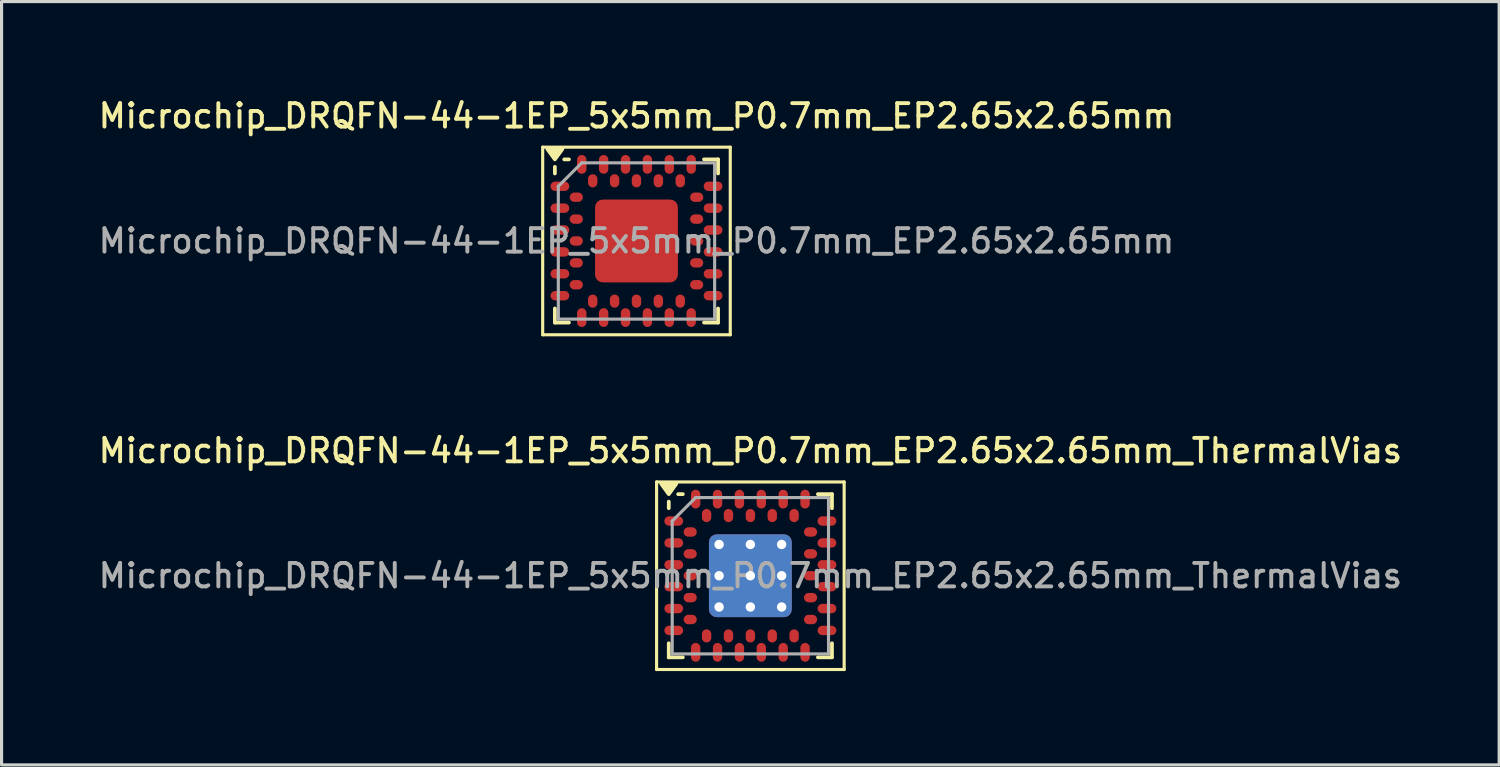
<source format=kicad_pcb>
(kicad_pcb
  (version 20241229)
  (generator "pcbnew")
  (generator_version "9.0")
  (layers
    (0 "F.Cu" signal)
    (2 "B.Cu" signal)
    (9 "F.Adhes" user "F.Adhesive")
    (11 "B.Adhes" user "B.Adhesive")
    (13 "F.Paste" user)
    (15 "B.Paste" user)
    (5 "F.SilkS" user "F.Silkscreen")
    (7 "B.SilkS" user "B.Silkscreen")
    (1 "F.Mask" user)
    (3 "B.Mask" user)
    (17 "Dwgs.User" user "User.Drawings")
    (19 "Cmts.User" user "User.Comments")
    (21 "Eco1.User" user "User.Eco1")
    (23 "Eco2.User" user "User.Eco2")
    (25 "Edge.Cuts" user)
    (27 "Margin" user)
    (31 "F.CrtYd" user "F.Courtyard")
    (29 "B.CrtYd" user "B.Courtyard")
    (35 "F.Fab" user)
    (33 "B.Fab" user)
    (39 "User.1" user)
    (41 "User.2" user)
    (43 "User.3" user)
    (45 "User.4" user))
  (footprint "Microchip_DRQFN-44-1EP_5x5mm_P0.7mm_EP2.65x2.65mm"
    (layer "F.Cu")
    (at 17.309 4.658)
    (property "Reference" "Microchip_DRQFN-44-1EP_5x5mm_P0.7mm_EP2.65x2.65mm" (at 0 -4 0) (layer "F.SilkS") (effects (font (size 0.75 0.75) (thickness 0.125))))
    (attr smd)
    (fp_line (start -3 -3) (end 3 -3) (stroke (width 0.1) (type solid)) (layer "F.SilkS"))
    (fp_line (start -3 3) (end -3 -3) (stroke (width 0.1) (type solid)) (layer "F.SilkS"))
    (fp_line (start -2.61 -2.37) (end -2.61 -2.16) (stroke (width 0.12) (type solid)) (layer "F.SilkS"))
    (fp_line (start -2.61 2.61) (end -2.61 2.16) (stroke (width 0.12) (type solid)) (layer "F.SilkS"))
    (fp_line (start -2.16 -2.61) (end -2.31 -2.61) (stroke (width 0.12) (type solid)) (layer "F.SilkS"))
    (fp_line (start -2.16 2.61) (end -2.61 2.61) (stroke (width 0.12) (type solid)) (layer "F.SilkS"))
    (fp_line (start 2.16 -2.61) (end 2.61 -2.61) (stroke (width 0.12) (type solid)) (layer "F.SilkS"))
    (fp_line (start 2.61 -2.61) (end 2.61 -2.16) (stroke (width 0.12) (type solid)) (layer "F.SilkS"))
    (fp_line (start 2.61 2.16) (end 2.61 2.61) (stroke (width 0.12) (type solid)) (layer "F.SilkS"))
    (fp_line (start 2.61 2.61) (end 2.16 2.61) (stroke (width 0.12) (type solid)) (layer "F.SilkS"))
    (fp_line (start 3 -3) (end 3 3) (stroke (width 0.1) (type solid)) (layer "F.SilkS"))
    (fp_line (start 3 3) (end -3 3) (stroke (width 0.1) (type solid)) (layer "F.SilkS"))
    (fp_poly (pts (xy -2.61 -2.61) (xy -2.85 -2.94) (xy -2.37 -2.94) (xy -2.61 -2.61)) (stroke (width 0.12) (type solid)) (fill yes) (layer "F.SilkS"))
    (fp_line (start -2.5 -1.75) (end -1.75 -2.5) (stroke (width 0.1) (type solid)) (layer "F.Fab"))
    (fp_line (start -2.5 2.5) (end -2.5 -1.75) (stroke (width 0.1) (type solid)) (layer "F.Fab"))
    (fp_line (start -1.75 -2.5) (end 2.5 -2.5) (stroke (width 0.1) (type solid)) (layer "F.Fab"))
    (fp_line (start 2.5 -2.5) (end 2.5 2.5) (stroke (width 0.1) (type solid)) (layer "F.Fab"))
    (fp_line (start 2.5 2.5) (end -2.5 2.5) (stroke (width 0.1) (type solid)) (layer "F.Fab"))
    (fp_text user "${REFERENCE}" (at 0 0 0) (layer "F.Fab") (effects (font (size 0.75 0.75) (thickness 0.125))))
    (pad "" smd roundrect (at -0.65 -0.65) (size 1.1 1.1) (layers "F.Paste") (roundrect_rratio 0.1))
    (pad "" smd roundrect (at -0.65 0.65) (size 1.1 1.1) (layers "F.Paste") (roundrect_rratio 0.1))
    (pad "" smd roundrect (at 0.65 -0.65) (size 1.1 1.1) (layers "F.Paste") (roundrect_rratio 0.1))
    (pad "" smd roundrect (at 0.65 0.65) (size 1.1 1.1) (layers "F.Paste") (roundrect_rratio 0.1))
    (pad "A1" smd oval (at -2.45 -1.75) (size 0.6 0.3) (layers "F.Cu" "F.Mask" "F.Paste"))
    (pad "A2" smd oval (at -2.45 -1.05) (size 0.6 0.3) (layers "F.Cu" "F.Mask" "F.Paste"))
    (pad "A3" smd oval (at -2.45 -0.35) (size 0.6 0.3) (layers "F.Cu" "F.Mask" "F.Paste"))
    (pad "A4" smd oval (at -2.45 0.35) (size 0.6 0.3) (layers "F.Cu" "F.Mask" "F.Paste"))
    (pad "A5" smd oval (at -2.45 1.05) (size 0.6 0.3) (layers "F.Cu" "F.Mask" "F.Paste"))
    (pad "A6" smd oval (at -2.45 1.75) (size 0.6 0.3) (layers "F.Cu" "F.Mask" "F.Paste"))
    (pad "A7" smd oval (at -1.75 2.45) (size 0.3 0.6) (layers "F.Cu" "F.Mask" "F.Paste"))
    (pad "A8" smd oval (at -1.05 2.45) (size 0.3 0.6) (layers "F.Cu" "F.Mask" "F.Paste"))
    (pad "A9" smd oval (at -0.35 2.45) (size 0.3 0.6) (layers "F.Cu" "F.Mask" "F.Paste"))
    (pad "A10" smd oval (at 0.35 2.45) (size 0.3 0.6) (layers "F.Cu" "F.Mask" "F.Paste"))
    (pad "A11" smd oval (at 1.05 2.45) (size 0.3 0.6) (layers "F.Cu" "F.Mask" "F.Paste"))
    (pad "A12" smd oval (at 1.75 2.45) (size 0.3 0.6) (layers "F.Cu" "F.Mask" "F.Paste"))
    (pad "A13" smd oval (at 2.45 1.75) (size 0.6 0.3) (layers "F.Cu" "F.Mask" "F.Paste"))
    (pad "A14" smd oval (at 2.45 1.05) (size 0.6 0.3) (layers "F.Cu" "F.Mask" "F.Paste"))
    (pad "A15" smd oval (at 2.45 0.35) (size 0.6 0.3) (layers "F.Cu" "F.Mask" "F.Paste"))
    (pad "A16" smd oval (at 2.45 -0.35) (size 0.6 0.3) (layers "F.Cu" "F.Mask" "F.Paste"))
    (pad "A17" smd oval (at 2.45 -1.05) (size 0.6 0.3) (layers "F.Cu" "F.Mask" "F.Paste"))
    (pad "A18" smd oval (at 2.45 -1.75) (size 0.6 0.3) (layers "F.Cu" "F.Mask" "F.Paste"))
    (pad "A19" smd oval (at 1.75 -2.45) (size 0.3 0.6) (layers "F.Cu" "F.Mask" "F.Paste"))
    (pad "A20" smd oval (at 1.05 -2.45) (size 0.3 0.6) (layers "F.Cu" "F.Mask" "F.Paste"))
    (pad "A21" smd oval (at 0.35 -2.45) (size 0.3 0.6) (layers "F.Cu" "F.Mask" "F.Paste"))
    (pad "A22" smd oval (at -0.35 -2.45) (size 0.3 0.6) (layers "F.Cu" "F.Mask" "F.Paste"))
    (pad "A23" smd oval (at -1.05 -2.45) (size 0.3 0.6) (layers "F.Cu" "F.Mask" "F.Paste"))
    (pad "A24" smd oval (at -1.75 -2.45) (size 0.3 0.6) (layers "F.Cu" "F.Mask" "F.Paste"))
    (pad "B1" smd oval (at -1.925 -1.4) (size 0.42 0.3) (layers "F.Cu" "F.Mask" "F.Paste"))
    (pad "B2" smd oval (at -1.925 -0.7) (size 0.42 0.3) (layers "F.Cu" "F.Mask" "F.Paste"))
    (pad "B3" smd oval (at -1.925 0) (size 0.42 0.3) (layers "F.Cu" "F.Mask" "F.Paste"))
    (pad "B4" smd oval (at -1.925 0.7) (size 0.42 0.3) (layers "F.Cu" "F.Mask" "F.Paste"))
    (pad "B5" smd oval (at -1.925 1.4) (size 0.42 0.3) (layers "F.Cu" "F.Mask" "F.Paste"))
    (pad "B6" smd oval (at -1.4 1.925) (size 0.3 0.42) (layers "F.Cu" "F.Mask" "F.Paste"))
    (pad "B7" smd oval (at -0.7 1.925) (size 0.3 0.42) (layers "F.Cu" "F.Mask" "F.Paste"))
    (pad "B8" smd oval (at 0 1.925) (size 0.3 0.42) (layers "F.Cu" "F.Mask" "F.Paste"))
    (pad "B9" smd oval (at 0.7 1.925) (size 0.3 0.42) (layers "F.Cu" "F.Mask" "F.Paste"))
    (pad "B10" smd oval (at 1.4 1.925) (size 0.3 0.42) (layers "F.Cu" "F.Mask" "F.Paste"))
    (pad "B11" smd oval (at 1.925 1.4) (size 0.42 0.3) (layers "F.Cu" "F.Mask" "F.Paste"))
    (pad "B12" smd oval (at 1.925 0.7) (size 0.42 0.3) (layers "F.Cu" "F.Mask" "F.Paste"))
    (pad "B13" smd oval (at 1.925 0) (size 0.42 0.3) (layers "F.Cu" "F.Mask" "F.Paste"))
    (pad "B14" smd oval (at 1.925 -0.7) (size 0.42 0.3) (layers "F.Cu" "F.Mask" "F.Paste"))
    (pad "B15" smd oval (at 1.925 -1.4) (size 0.42 0.3) (layers "F.Cu" "F.Mask" "F.Paste"))
    (pad "B16" smd oval (at 1.4 -1.925) (size 0.3 0.42) (layers "F.Cu" "F.Mask" "F.Paste"))
    (pad "B17" smd oval (at 0.7 -1.925) (size 0.3 0.42) (layers "F.Cu" "F.Mask" "F.Paste"))
    (pad "B18" smd oval (at 0 -1.925) (size 0.3 0.42) (layers "F.Cu" "F.Mask" "F.Paste"))
    (pad "B19" smd oval (at -0.7 -1.925) (size 0.3 0.42) (layers "F.Cu" "F.Mask" "F.Paste"))
    (pad "B20" smd oval (at -1.4 -1.925) (size 0.3 0.42) (layers "F.Cu" "F.Mask" "F.Paste"))
    (pad "EP" smd roundrect (at 0 0) (size 2.65 2.65) (layers "F.Cu" "F.Mask") (roundrect_rratio 0.094)))
  (footprint "Microchip_DRQFN-44-1EP_5x5mm_P0.7mm_EP2.65x2.65mm_ThermalVias"
    (layer "F.Cu")
    (at 20.952 15.366)
    (property "Reference" "Microchip_DRQFN-44-1EP_5x5mm_P0.7mm_EP2.65x2.65mm_ThermalVias" (at 0 -4 0) (layer "F.SilkS") (effects (font (size 0.75 0.75) (thickness 0.125))))
    (attr smd)
    (fp_line (start -3 -3) (end 3 -3) (stroke (width 0.1) (type solid)) (layer "F.SilkS"))
    (fp_line (start -3 3) (end -3 -3) (stroke (width 0.1) (type solid)) (layer "F.SilkS"))
    (fp_line (start -2.61 -2.37) (end -2.61 -2.16) (stroke (width 0.12) (type solid)) (layer "F.SilkS"))
    (fp_line (start -2.61 2.61) (end -2.61 2.16) (stroke (width 0.12) (type solid)) (layer "F.SilkS"))
    (fp_line (start -2.16 -2.61) (end -2.31 -2.61) (stroke (width 0.12) (type solid)) (layer "F.SilkS"))
    (fp_line (start -2.16 2.61) (end -2.61 2.61) (stroke (width 0.12) (type solid)) (layer "F.SilkS"))
    (fp_line (start 2.16 -2.61) (end 2.61 -2.61) (stroke (width 0.12) (type solid)) (layer "F.SilkS"))
    (fp_line (start 2.61 -2.61) (end 2.61 -2.16) (stroke (width 0.12) (type solid)) (layer "F.SilkS"))
    (fp_line (start 2.61 2.16) (end 2.61 2.61) (stroke (width 0.12) (type solid)) (layer "F.SilkS"))
    (fp_line (start 2.61 2.61) (end 2.16 2.61) (stroke (width 0.12) (type solid)) (layer "F.SilkS"))
    (fp_line (start 3 -3) (end 3 3) (stroke (width 0.1) (type solid)) (layer "F.SilkS"))
    (fp_line (start 3 3) (end -3 3) (stroke (width 0.1) (type solid)) (layer "F.SilkS"))
    (fp_poly (pts (xy -2.61 -2.61) (xy -2.85 -2.94) (xy -2.37 -2.94) (xy -2.61 -2.61)) (stroke (width 0.12) (type solid)) (fill yes) (layer "F.SilkS"))
    (fp_line (start -2.5 -1.75) (end -1.75 -2.5) (stroke (width 0.1) (type solid)) (layer "F.Fab"))
    (fp_line (start -2.5 2.5) (end -2.5 -1.75) (stroke (width 0.1) (type solid)) (layer "F.Fab"))
    (fp_line (start -1.75 -2.5) (end 2.5 -2.5) (stroke (width 0.1) (type solid)) (layer "F.Fab"))
    (fp_line (start 2.5 -2.5) (end 2.5 2.5) (stroke (width 0.1) (type solid)) (layer "F.Fab"))
    (fp_line (start 2.5 2.5) (end -2.5 2.5) (stroke (width 0.1) (type solid)) (layer "F.Fab"))
    (fp_text user "${REFERENCE}" (at 0 0 0) (layer "F.Fab") (effects (font (size 0.75 0.75) (thickness 0.125))))
    (pad "" smd roundrect (at -0.5 -0.5) (size 0.85 0.85) (layers "F.Paste") (roundrect_rratio 0.25))
    (pad "" smd roundrect (at -0.5 0.5) (size 0.85 0.85) (layers "F.Paste") (roundrect_rratio 0.25))
    (pad "" smd roundrect (at 0.5 -0.5) (size 0.85 0.85) (layers "F.Paste") (roundrect_rratio 0.25))
    (pad "" smd roundrect (at 0.5 0.5) (size 0.85 0.85) (layers "F.Paste") (roundrect_rratio 0.25))
    (pad "A1" smd oval (at -2.45 -1.75) (size 0.6 0.3) (layers "F.Cu" "F.Mask" "F.Paste"))
    (pad "A2" smd oval (at -2.45 -1.05) (size 0.6 0.3) (layers "F.Cu" "F.Mask" "F.Paste"))
    (pad "A3" smd oval (at -2.45 -0.35) (size 0.6 0.3) (layers "F.Cu" "F.Mask" "F.Paste"))
    (pad "A4" smd oval (at -2.45 0.35) (size 0.6 0.3) (layers "F.Cu" "F.Mask" "F.Paste"))
    (pad "A5" smd oval (at -2.45 1.05) (size 0.6 0.3) (layers "F.Cu" "F.Mask" "F.Paste"))
    (pad "A6" smd oval (at -2.45 1.75) (size 0.6 0.3) (layers "F.Cu" "F.Mask" "F.Paste"))
    (pad "A7" smd oval (at -1.75 2.45) (size 0.3 0.6) (layers "F.Cu" "F.Mask" "F.Paste"))
    (pad "A8" smd oval (at -1.05 2.45) (size 0.3 0.6) (layers "F.Cu" "F.Mask" "F.Paste"))
    (pad "A9" smd oval (at -0.35 2.45) (size 0.3 0.6) (layers "F.Cu" "F.Mask" "F.Paste"))
    (pad "A10" smd oval (at 0.35 2.45) (size 0.3 0.6) (layers "F.Cu" "F.Mask" "F.Paste"))
    (pad "A11" smd oval (at 1.05 2.45) (size 0.3 0.6) (layers "F.Cu" "F.Mask" "F.Paste"))
    (pad "A12" smd oval (at 1.75 2.45) (size 0.3 0.6) (layers "F.Cu" "F.Mask" "F.Paste"))
    (pad "A13" smd oval (at 2.45 1.75) (size 0.6 0.3) (layers "F.Cu" "F.Mask" "F.Paste"))
    (pad "A14" smd oval (at 2.45 1.05) (size 0.6 0.3) (layers "F.Cu" "F.Mask" "F.Paste"))
    (pad "A15" smd oval (at 2.45 0.35) (size 0.6 0.3) (layers "F.Cu" "F.Mask" "F.Paste"))
    (pad "A16" smd oval (at 2.45 -0.35) (size 0.6 0.3) (layers "F.Cu" "F.Mask" "F.Paste"))
    (pad "A17" smd oval (at 2.45 -1.05) (size 0.6 0.3) (layers "F.Cu" "F.Mask" "F.Paste"))
    (pad "A18" smd oval (at 2.45 -1.75) (size 0.6 0.3) (layers "F.Cu" "F.Mask" "F.Paste"))
    (pad "A19" smd oval (at 1.75 -2.45) (size 0.3 0.6) (layers "F.Cu" "F.Mask" "F.Paste"))
    (pad "A20" smd oval (at 1.05 -2.45) (size 0.3 0.6) (layers "F.Cu" "F.Mask" "F.Paste"))
    (pad "A21" smd oval (at 0.35 -2.45) (size 0.3 0.6) (layers "F.Cu" "F.Mask" "F.Paste"))
    (pad "A22" smd oval (at -0.35 -2.45) (size 0.3 0.6) (layers "F.Cu" "F.Mask" "F.Paste"))
    (pad "A23" smd oval (at -1.05 -2.45) (size 0.3 0.6) (layers "F.Cu" "F.Mask" "F.Paste"))
    (pad "A24" smd oval (at -1.75 -2.45) (size 0.3 0.6) (layers "F.Cu" "F.Mask" "F.Paste"))
    (pad "B1" smd oval (at -1.925 -1.4) (size 0.42 0.3) (layers "F.Cu" "F.Mask" "F.Paste"))
    (pad "B2" smd oval (at -1.925 -0.7) (size 0.42 0.3) (layers "F.Cu" "F.Mask" "F.Paste"))
    (pad "B3" smd oval (at -1.925 0) (size 0.42 0.3) (layers "F.Cu" "F.Mask" "F.Paste"))
    (pad "B4" smd oval (at -1.925 0.7) (size 0.42 0.3) (layers "F.Cu" "F.Mask" "F.Paste"))
    (pad "B5" smd oval (at -1.925 1.4) (size 0.42 0.3) (layers "F.Cu" "F.Mask" "F.Paste"))
    (pad "B6" smd oval (at -1.4 1.925) (size 0.3 0.42) (layers "F.Cu" "F.Mask" "F.Paste"))
    (pad "B7" smd oval (at -0.7 1.925) (size 0.3 0.42) (layers "F.Cu" "F.Mask" "F.Paste"))
    (pad "B8" smd oval (at 0 1.925) (size 0.3 0.42) (layers "F.Cu" "F.Mask" "F.Paste"))
    (pad "B9" smd oval (at 0.7 1.925) (size 0.3 0.42) (layers "F.Cu" "F.Mask" "F.Paste"))
    (pad "B10" smd oval (at 1.4 1.925) (size 0.3 0.42) (layers "F.Cu" "F.Mask" "F.Paste"))
    (pad "B11" smd oval (at 1.925 1.4) (size 0.42 0.3) (layers "F.Cu" "F.Mask" "F.Paste"))
    (pad "B12" smd oval (at 1.925 0.7) (size 0.42 0.3) (layers "F.Cu" "F.Mask" "F.Paste"))
    (pad "B13" smd oval (at 1.925 0) (size 0.42 0.3) (layers "F.Cu" "F.Mask" "F.Paste"))
    (pad "B14" smd oval (at 1.925 -0.7) (size 0.42 0.3) (layers "F.Cu" "F.Mask" "F.Paste"))
    (pad "B15" smd oval (at 1.925 -1.4) (size 0.42 0.3) (layers "F.Cu" "F.Mask" "F.Paste"))
    (pad "B16" smd oval (at 1.4 -1.925) (size 0.3 0.42) (layers "F.Cu" "F.Mask" "F.Paste"))
    (pad "B17" smd oval (at 0.7 -1.925) (size 0.3 0.42) (layers "F.Cu" "F.Mask" "F.Paste"))
    (pad "B18" smd oval (at 0 -1.925) (size 0.3 0.42) (layers "F.Cu" "F.Mask" "F.Paste"))
    (pad "B19" smd oval (at -0.7 -1.925) (size 0.3 0.42) (layers "F.Cu" "F.Mask" "F.Paste"))
    (pad "B20" smd oval (at -1.4 -1.925) (size 0.3 0.42) (layers "F.Cu" "F.Mask" "F.Paste"))
    (pad "EP" thru_hole circle (at -1 -1) (size 0.6 0.6) (drill 0.3) (layers "*.Cu"))
    (pad "EP" thru_hole circle (at -1 0) (size 0.6 0.6) (drill 0.3) (layers "*.Cu"))
    (pad "EP" thru_hole circle (at -1 1) (size 0.6 0.6) (drill 0.3) (layers "*.Cu"))
    (pad "EP" thru_hole circle (at 0 -1) (size 0.6 0.6) (drill 0.3) (layers "*.Cu"))
    (pad "EP" thru_hole circle (at 0 0) (size 0.6 0.6) (drill 0.3) (layers "*.Cu"))
    (pad "EP" smd roundrect (at 0 0) (size 2.65 2.65) (layers "F.Cu" "F.Mask") (roundrect_rratio 0.094))
    (pad "EP" smd roundrect (at 0 0) (size 2.65 2.65) (layers "B.Cu") (roundrect_rratio 0.094))
    (pad "EP" thru_hole circle (at 0 1) (size 0.6 0.6) (drill 0.3) (layers "*.Cu"))
    (pad "EP" thru_hole circle (at 1 -1) (size 0.6 0.6) (drill 0.3) (layers "*.Cu"))
    (pad "EP" thru_hole circle (at 1 0) (size 0.6 0.6) (drill 0.3) (layers "*.Cu"))
    (pad "EP" thru_hole circle (at 1 1) (size 0.6 0.6) (drill 0.3) (layers "*.Cu")))
  (gr_rect
    (start -3 -3)
    (end 44.904 21.416)
    (stroke (width 0.1) (type default))
    (fill no)
    (layer "Edge.Cuts")))
</source>
